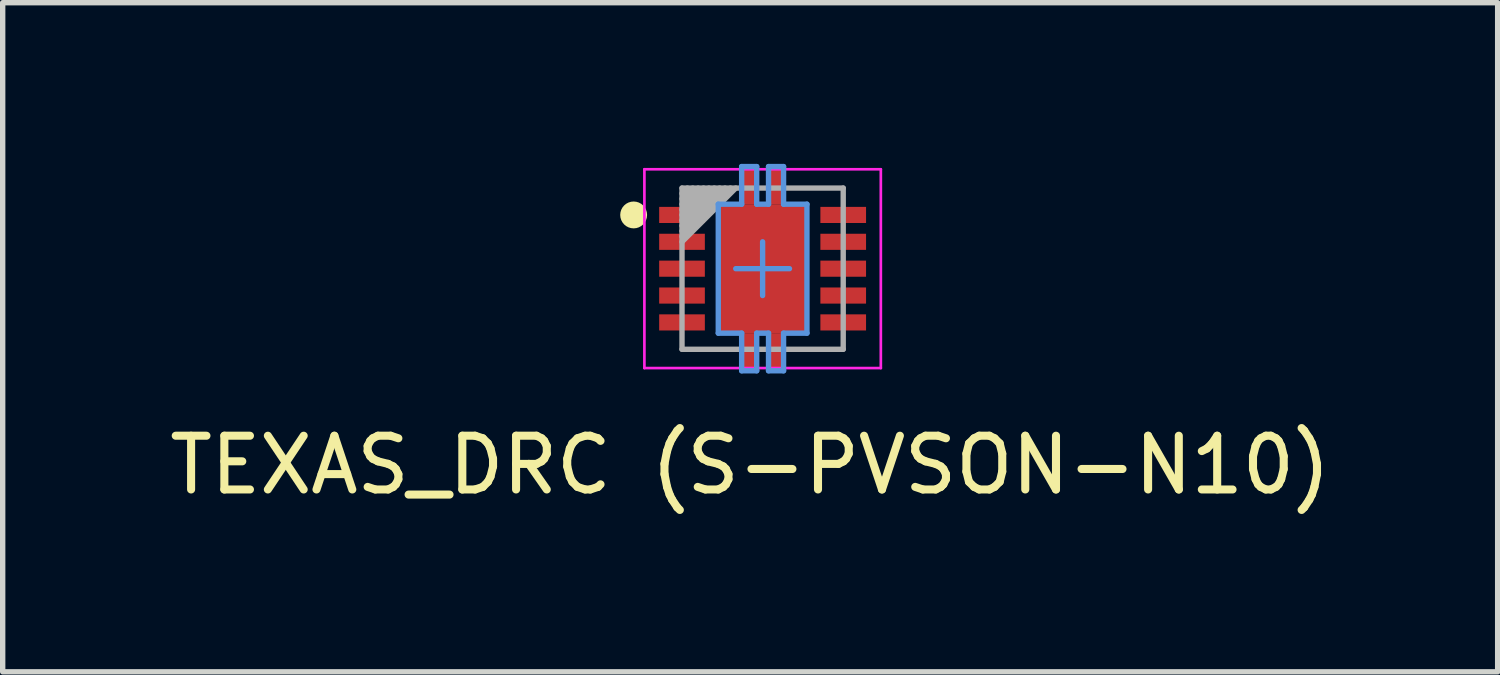
<source format=kicad_pcb>
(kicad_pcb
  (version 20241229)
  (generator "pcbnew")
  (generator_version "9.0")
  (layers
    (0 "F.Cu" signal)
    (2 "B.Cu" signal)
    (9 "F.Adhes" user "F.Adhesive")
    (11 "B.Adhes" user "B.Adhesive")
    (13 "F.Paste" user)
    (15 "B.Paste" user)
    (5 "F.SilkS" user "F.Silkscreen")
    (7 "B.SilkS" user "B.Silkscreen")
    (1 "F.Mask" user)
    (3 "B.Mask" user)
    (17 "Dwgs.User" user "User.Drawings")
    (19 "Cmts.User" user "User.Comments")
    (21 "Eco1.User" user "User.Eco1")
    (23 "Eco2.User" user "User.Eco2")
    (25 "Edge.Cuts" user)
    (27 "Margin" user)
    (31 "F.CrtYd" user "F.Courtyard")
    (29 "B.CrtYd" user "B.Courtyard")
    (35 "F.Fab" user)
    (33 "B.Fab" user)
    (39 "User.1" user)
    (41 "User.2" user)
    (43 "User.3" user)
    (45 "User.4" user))
  (footprint "TEXAS_DRC (S-PVSON-N10)"
    (layer "F.Cu")
    (at 11.142 1.95)
    (property "Reference" "TEXAS_DRC (S-PVSON-N10)" (at -0.231 3.654 0) (layer "F.SilkS") (effects (font (size 1 1) (thickness 0.15))))
    (attr smd)
    (fp_circle (center -2.4 -1) (end -2.275 -1) (stroke (width 0.25) (type solid)) (fill no) (layer "F.SilkS"))
    (fp_line (start -0.825 -1.2) (end -0.39 -1.2) (stroke (width 0.1) (type solid)) (layer "Cmts.User"))
    (fp_line (start -0.825 1.2) (end -0.825 -1.2) (stroke (width 0.1) (type solid)) (layer "Cmts.User"))
    (fp_line (start -0.825 1.2) (end -0.39 1.2) (stroke (width 0.1) (type solid)) (layer "Cmts.User"))
    (fp_line (start -0.5 0) (end 0 0) (stroke (width 0.1) (type solid)) (layer "Cmts.User"))
    (fp_line (start -0.39 -1.9) (end -0.11 -1.9) (stroke (width 0.1) (type solid)) (layer "Cmts.User"))
    (fp_line (start -0.39 -1.2) (end -0.39 -1.9) (stroke (width 0.1) (type solid)) (layer "Cmts.User"))
    (fp_line (start -0.39 1.9) (end -0.39 1.2) (stroke (width 0.1) (type solid)) (layer "Cmts.User"))
    (fp_line (start -0.39 1.9) (end -0.11 1.9) (stroke (width 0.1) (type solid)) (layer "Cmts.User"))
    (fp_line (start -0.11 -1.2) (end -0.11 -1.9) (stroke (width 0.1) (type solid)) (layer "Cmts.User"))
    (fp_line (start -0.11 -1.2) (end 0.11 -1.2) (stroke (width 0.1) (type solid)) (layer "Cmts.User"))
    (fp_line (start -0.11 1.2) (end 0.11 1.2) (stroke (width 0.1) (type solid)) (layer "Cmts.User"))
    (fp_line (start -0.11 1.9) (end -0.11 1.2) (stroke (width 0.1) (type solid)) (layer "Cmts.User"))
    (fp_line (start 0 0) (end 0 -0.5) (stroke (width 0.1) (type solid)) (layer "Cmts.User"))
    (fp_line (start 0 0) (end 0.5 0) (stroke (width 0.1) (type solid)) (layer "Cmts.User"))
    (fp_line (start 0 0.5) (end 0 0) (stroke (width 0.1) (type solid)) (layer "Cmts.User"))
    (fp_line (start 0.11 -1.9) (end 0.39 -1.9) (stroke (width 0.1) (type solid)) (layer "Cmts.User"))
    (fp_line (start 0.11 -1.2) (end 0.11 -1.9) (stroke (width 0.1) (type solid)) (layer "Cmts.User"))
    (fp_line (start 0.11 1.9) (end 0.11 1.2) (stroke (width 0.1) (type solid)) (layer "Cmts.User"))
    (fp_line (start 0.11 1.9) (end 0.39 1.9) (stroke (width 0.1) (type solid)) (layer "Cmts.User"))
    (fp_line (start 0.39 -1.2) (end 0.39 -1.9) (stroke (width 0.1) (type solid)) (layer "Cmts.User"))
    (fp_line (start 0.39 -1.2) (end 0.825 -1.2) (stroke (width 0.1) (type solid)) (layer "Cmts.User"))
    (fp_line (start 0.39 1.2) (end 0.825 1.2) (stroke (width 0.1) (type solid)) (layer "Cmts.User"))
    (fp_line (start 0.39 1.9) (end 0.39 1.2) (stroke (width 0.1) (type solid)) (layer "Cmts.User"))
    (fp_line (start 0.825 1.2) (end 0.825 -1.2) (stroke (width 0.1) (type solid)) (layer "Cmts.User"))
    (fp_line (start -2.2 -1.85) (end 2.2 -1.85) (stroke (width 0.05) (type solid)) (layer "F.CrtYd"))
    (fp_line (start -2.2 1.85) (end -2.2 -1.85) (stroke (width 0.05) (type solid)) (layer "F.CrtYd"))
    (fp_line (start -2.2 1.85) (end 2.2 1.85) (stroke (width 0.05) (type solid)) (layer "F.CrtYd"))
    (fp_line (start 2.2 1.85) (end 2.2 -1.85) (stroke (width 0.05) (type solid)) (layer "F.CrtYd"))
    (fp_line (start -1.5 -1.5) (end 1.5 -1.5) (stroke (width 0.1) (type solid)) (layer "F.Fab"))
    (fp_line (start -1.5 -1.4) (end -1.4 -1.5) (stroke (width 0.1) (type solid)) (layer "F.Fab"))
    (fp_line (start -1.5 -1.3) (end -1.3 -1.5) (stroke (width 0.1) (type solid)) (layer "F.Fab"))
    (fp_line (start -1.5 -1.2) (end -1.2 -1.5) (stroke (width 0.1) (type solid)) (layer "F.Fab"))
    (fp_line (start -1.5 -1.1) (end -1.1 -1.5) (stroke (width 0.1) (type solid)) (layer "F.Fab"))
    (fp_line (start -1.5 -1) (end -1 -1.5) (stroke (width 0.1) (type solid)) (layer "F.Fab"))
    (fp_line (start -1.5 -0.9) (end -0.9 -1.5) (stroke (width 0.1) (type solid)) (layer "F.Fab"))
    (fp_line (start -1.5 -0.8) (end -0.8 -1.5) (stroke (width 0.1) (type solid)) (layer "F.Fab"))
    (fp_line (start -1.5 -0.7) (end -0.7 -1.5) (stroke (width 0.1) (type solid)) (layer "F.Fab"))
    (fp_line (start -1.5 -0.6) (end -0.6 -1.5) (stroke (width 0.1) (type solid)) (layer "F.Fab"))
    (fp_line (start -1.5 -0.5) (end -0.5 -1.5) (stroke (width 0.1) (type solid)) (layer "F.Fab"))
    (fp_line (start -1.5 1.5) (end -1.5 -1.5) (stroke (width 0.1) (type solid)) (layer "F.Fab"))
    (fp_line (start -1.5 1.5) (end 1.5 1.5) (stroke (width 0.1) (type solid)) (layer "F.Fab"))
    (fp_line (start 1.5 1.5) (end 1.5 -1.5) (stroke (width 0.1) (type solid)) (layer "F.Fab"))
    (pad "1" smd rect (at -1.5 -1) (size 0.85 0.3) (layers "F.Cu" "F.Mask" "F.Paste"))
    (pad "2" smd rect (at -1.5 -0.5) (size 0.85 0.3) (layers "F.Cu" "F.Mask" "F.Paste"))
    (pad "3" smd rect (at -1.5 0) (size 0.85 0.3) (layers "F.Cu" "F.Mask" "F.Paste"))
    (pad "4" smd rect (at -1.5 0.5) (size 0.85 0.3) (layers "F.Cu" "F.Mask" "F.Paste"))
    (pad "5" smd rect (at -1.5 1) (size 0.85 0.3) (layers "F.Cu" "F.Mask" "F.Paste"))
    (pad "6" smd rect (at 1.5 1) (size 0.85 0.3) (layers "F.Cu" "F.Mask" "F.Paste"))
    (pad "7" smd rect (at 1.5 0.5) (size 0.85 0.3) (layers "F.Cu" "F.Mask" "F.Paste"))
    (pad "8" smd rect (at 1.5 0) (size 0.85 0.3) (layers "F.Cu" "F.Mask" "F.Paste"))
    (pad "9" smd rect (at 1.5 -0.5) (size 0.85 0.3) (layers "F.Cu" "F.Mask" "F.Paste"))
    (pad "10" smd rect (at 1.5 -1) (size 0.85 0.3) (layers "F.Cu" "F.Mask" "F.Paste"))
    (pad "11" smd rect (at -0.25 -1.55 180) (size 0.28 0.7) (layers "F.Cu" "F.Mask" "F.Paste"))
    (pad "11" smd rect (at -0.25 1.55) (size 0.28 0.7) (layers "F.Cu" "F.Mask" "F.Paste"))
    (pad "11" smd rect (at 0 0 90) (size 2.4 1.65) (layers "F.Cu" "F.Mask" "F.Paste"))
    (pad "11" smd rect (at 0.25 -1.55 180) (size 0.28 0.7) (layers "F.Cu" "F.Mask" "F.Paste"))
    (pad "11" smd rect (at 0.25 1.55) (size 0.28 0.7) (layers "F.Cu" "F.Mask" "F.Paste")))
  (gr_rect
    (start -3 -3)
    (end 24.821 9.452)
    (stroke (width 0.1) (type default))
    (fill no)
    (layer "Edge.Cuts")))
</source>
